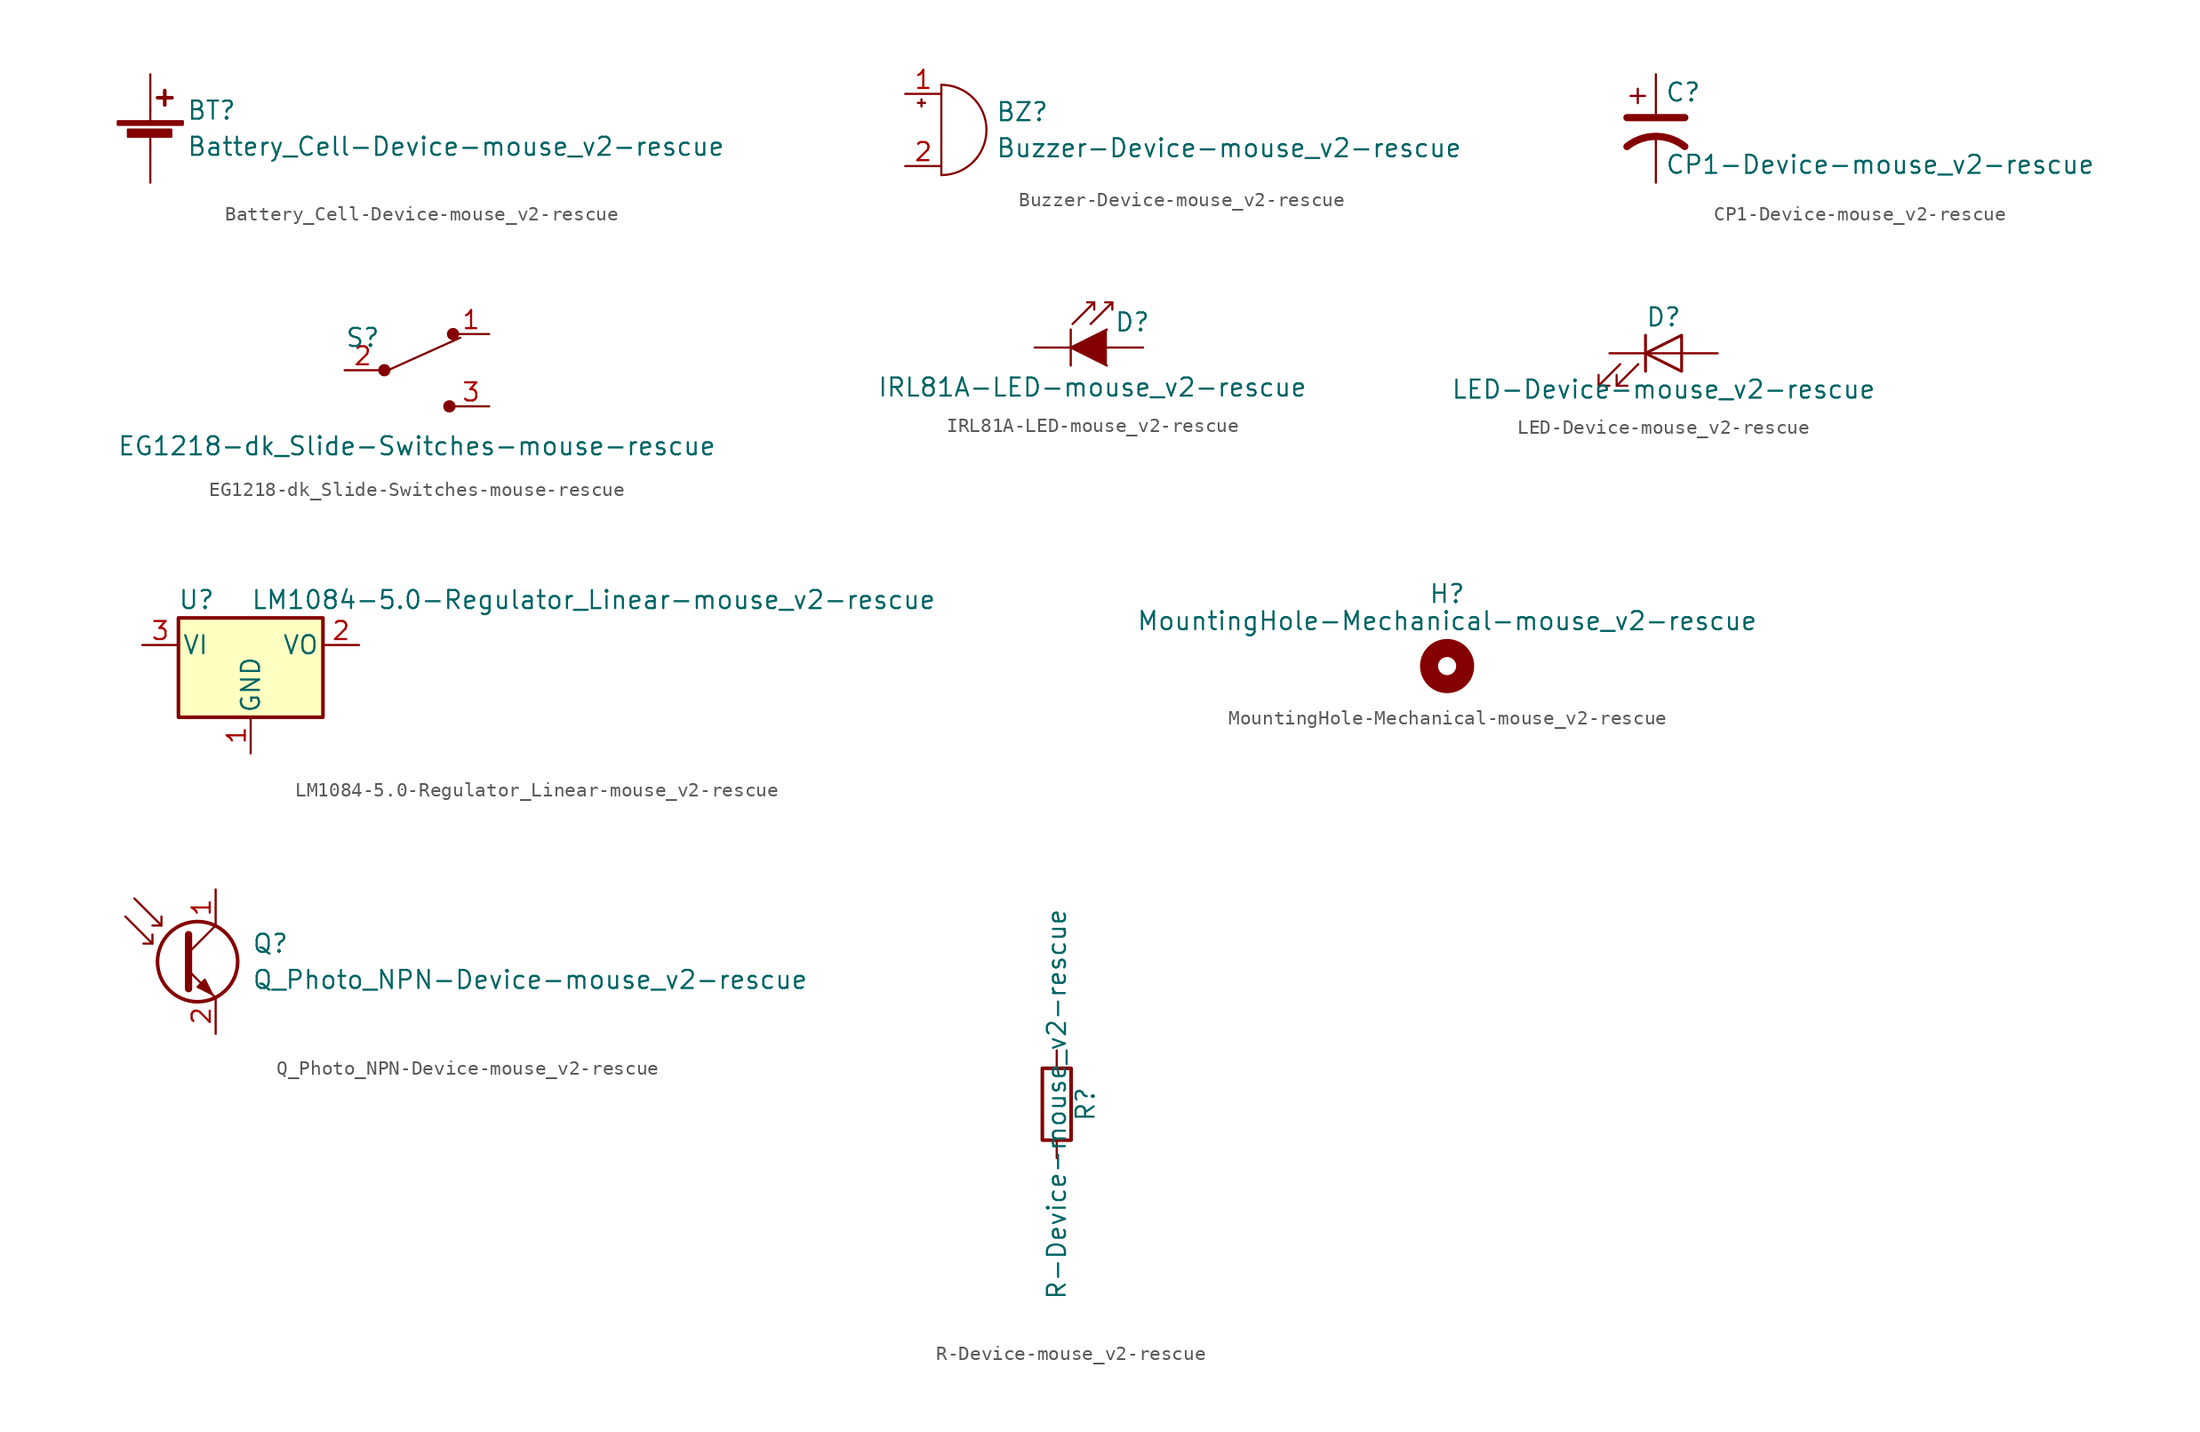
<source format=kicad_sym>
(kicad_symbol_lib
  (version 20220914)
  (generator kicad_symbol_editor)
  (symbol "Battery_Cell-Device-mouse_v2-rescue"
    (pin_numbers hide)
    (pin_names
      (offset 0) hide)
    (property "Reference" "BT"
      (at 2.54 2.54 0)
      (effects (font (size 1.27 1.27)) (justify left)))
    (property "Value" "Battery_Cell-Device-mouse_v2-rescue"
      (at 2.54 0 0)
      (effects (font (size 1.27 1.27)) (justify left)))
    (symbol "Battery_Cell-Device-mouse_v2-rescue_0_1"
      (rectangle (start -2.286 1.778) (end 2.286 1.524) (stroke (width 0) (type solid)) (fill (type outline)))
      (rectangle (start -1.575 1.194) (end 1.473 0.686) (stroke (width 0) (type solid)) (fill (type outline)))
      (polyline (pts (xy 0 0.762) (xy 0 0)) (stroke (width 0) (type solid)) (fill (type none)))
      (polyline (pts (xy 0 1.778) (xy 0 2.54)) (stroke (width 0) (type solid)) (fill (type none)))
      (polyline (pts (xy 0.508 3.429) (xy 1.524 3.429)) (stroke (width 0.254) (type solid)) (fill (type none)))
      (polyline (pts (xy 1.016 3.937) (xy 1.016 2.921)) (stroke (width 0.254) (type solid)) (fill (type none))))
    (symbol "Battery_Cell-Device-mouse_v2-rescue_1_1"
      (pin passive line (at 0 5.08 270) (length 2.54) (name "+" (effects (font (size 1.27 1.27)))) (number "1" (effects (font (size 1.27 1.27)))))
      (pin passive line (at 0 -2.54 90) (length 2.54) (name "-" (effects (font (size 1.27 1.27)))) (number "2" (effects (font (size 1.27 1.27)))))))
  (symbol "Buzzer-Device-mouse_v2-rescue"
    (pin_names
      (offset 0.025) hide)
    (property "Reference" "BZ"
      (at 3.81 1.27 0)
      (effects (font (size 1.27 1.27)) (justify left)))
    (property "Value" "Buzzer-Device-mouse_v2-rescue"
      (at 3.81 -1.27 0)
      (effects (font (size 1.27 1.27)) (justify left)))
    (symbol "Buzzer-Device-mouse_v2-rescue_0_1"
      (arc (start 0 -3.175) (mid 3.1612 0) (end 0 3.175) (stroke (width 0) (type solid)) (fill (type none)))
      (polyline (pts (xy -1.651 1.905) (xy -1.143 1.905)) (stroke (width 0) (type solid)) (fill (type none)))
      (polyline (pts (xy -1.397 2.159) (xy -1.397 1.651)) (stroke (width 0) (type solid)) (fill (type none)))
      (polyline (pts (xy 0 3.175) (xy 0 -3.175)) (stroke (width 0) (type solid)) (fill (type none))))
    (symbol "Buzzer-Device-mouse_v2-rescue_1_1"
      (pin passive line (at -2.54 2.54 0) (length 2.54) (name "-" (effects (font (size 1.27 1.27)))) (number "1" (effects (font (size 1.27 1.27)))))
      (pin passive line (at -2.54 -2.54 0) (length 2.54) (name "+" (effects (font (size 1.27 1.27)))) (number "2" (effects (font (size 1.27 1.27)))))))
  (symbol "CP1-Device-mouse_v2-rescue"
    (pin_numbers hide)
    (pin_names
      (offset 0.254) hide)
    (property "Reference" "C"
      (at 0.635 2.54 0)
      (effects (font (size 1.27 1.27)) (justify left)))
    (property "Value" "CP1-Device-mouse_v2-rescue"
      (at 0.635 -2.54 0)
      (effects (font (size 1.27 1.27)) (justify left)))
    (symbol "CP1-Device-mouse_v2-rescue_0_1"
      (polyline (pts (xy -2.032 0.762) (xy 2.032 0.762)) (stroke (width 0.508) (type solid)) (fill (type none)))
      (polyline (pts (xy -1.778 2.286) (xy -0.762 2.286)) (stroke (width 0) (type solid)) (fill (type none)))
      (polyline (pts (xy -1.27 1.778) (xy -1.27 2.794)) (stroke (width 0) (type solid)) (fill (type none)))
      (arc (start 2.032 -1.27) (mid 0 -0.5572) (end -2.032 -1.27) (stroke (width 0.508) (type solid)) (fill (type none))))
    (symbol "CP1-Device-mouse_v2-rescue_1_1"
      (pin passive line (at 0 3.81 270) (length 2.794) (name "~" (effects (font (size 1.27 1.27)))) (number "1" (effects (font (size 1.27 1.27)))))
      (pin passive line (at 0 -3.81 90) (length 3.302) (name "~" (effects (font (size 1.27 1.27)))) (number "2" (effects (font (size 1.27 1.27)))))))
  (symbol "EG1218-dk_Slide-Switches-mouse-rescue"
    (pin_names
      (offset 0))
    (property "Reference" "S"
      (at -3.81 2.286 0)
      (effects (font (size 1.27 1.27))))
    (property "Value" "EG1218-dk_Slide-Switches-mouse-rescue"
      (at 0 -5.334 0)
      (effects (font (size 1.27 1.27))))
    (symbol "EG1218-dk_Slide-Switches-mouse-rescue_0_1"
      (circle (center -2.286 0) (radius 0.356) (stroke (width 0) (type solid)) (fill (type outline)))
      (polyline (pts (xy -2.032 0) (xy 3.048 2.286)) (stroke (width 0) (type solid)) (fill (type none)))
      (circle (center 2.286 -2.54) (radius 0.356) (stroke (width 0) (type solid)) (fill (type outline)))
      (circle (center 2.54 2.54) (radius 0.356) (stroke (width 0) (type solid)) (fill (type outline))))
    (symbol "EG1218-dk_Slide-Switches-mouse-rescue_1_1"
      (pin passive line (at 5.08 2.54 180) (length 2.54) (name "~" (effects (font (size 1.27 1.27)))) (number "1" (effects (font (size 1.27 1.27)))))
      (pin passive line (at -5.08 0 0) (length 2.54) (name "~" (effects (font (size 1.27 1.27)))) (number "2" (effects (font (size 1.27 1.27)))))
      (pin passive line (at 5.08 -2.54 180) (length 2.54) (name "~" (effects (font (size 1.27 1.27)))) (number "3" (effects (font (size 1.27 1.27)))))))
  (symbol "IRL81A-LED-mouse_v2-rescue"
    (pin_numbers hide)
    (pin_names
      (offset 1.016) hide)
    (property "Reference" "D"
      (at 0.508 1.778 0)
      (effects (font (size 1.27 1.27)) (justify left)))
    (property "Value" "IRL81A-LED-mouse_v2-rescue"
      (at -1.016 -2.794 0)
      (effects (font (size 1.27 1.27))))
    (symbol "IRL81A-LED-mouse_v2-rescue_0_1"
      (polyline (pts (xy -2.54 1.27) (xy -2.54 -1.27)) (stroke (width 0.152) (type solid)) (fill (type none)))
      (polyline (pts (xy 0.381 3.175) (xy -0.127 3.175)) (stroke (width 0) (type solid)) (fill (type none)))
      (polyline (pts (xy -1.143 1.651) (xy 0.381 3.175) (xy 0.381 2.667)) (stroke (width 0) (type solid)) (fill (type none)))
      (polyline (pts (xy 0 1.27) (xy -2.54 0) (xy 0 -1.27)) (stroke (width 0) (type solid)) (fill (type outline)))
      (polyline (pts (xy -2.413 1.651) (xy -0.889 3.175) (xy -0.889 2.667) (xy -0.889 3.175) (xy -1.397 3.175)) (stroke (width 0) (type solid)) (fill (type none))))
    (symbol "IRL81A-LED-mouse_v2-rescue_1_1"
      (pin passive line (at -5.08 0 0) (length 2.54) (name "K" (effects (font (size 1.27 1.27)))) (number "1" (effects (font (size 1.27 1.27)))))
      (pin passive line (at 2.54 0 180) (length 2.54) (name "A" (effects (font (size 1.27 1.27)))) (number "2" (effects (font (size 1.27 1.27)))))))
  (symbol "LED-Device-mouse_v2-rescue"
    (pin_numbers hide)
    (pin_names
      (offset 1.016) hide)
    (property "Reference" "D"
      (at 0 2.54 0)
      (effects (font (size 1.27 1.27))))
    (property "Value" "LED-Device-mouse_v2-rescue"
      (at 0 -2.54 0)
      (effects (font (size 1.27 1.27))))
    (symbol "LED-Device-mouse_v2-rescue_0_1"
      (polyline (pts (xy -1.27 -1.27) (xy -1.27 1.27)) (stroke (width 0.203) (type solid)) (fill (type none)))
      (polyline (pts (xy -1.27 0) (xy 1.27 0)) (stroke (width 0) (type solid)) (fill (type none)))
      (polyline (pts (xy 1.27 -1.27) (xy 1.27 1.27) (xy -1.27 0) (xy 1.27 -1.27)) (stroke (width 0.203) (type solid)) (fill (type none)))
      (polyline (pts (xy -3.048 -0.762) (xy -4.572 -2.286) (xy -3.81 -2.286) (xy -4.572 -2.286) (xy -4.572 -1.524)) (stroke (width 0) (type solid)) (fill (type none)))
      (polyline (pts (xy -1.778 -0.762) (xy -3.302 -2.286) (xy -2.54 -2.286) (xy -3.302 -2.286) (xy -3.302 -1.524)) (stroke (width 0) (type solid)) (fill (type none))))
    (symbol "LED-Device-mouse_v2-rescue_1_1"
      (pin passive line (at -3.81 0 0) (length 2.54) (name "K" (effects (font (size 1.27 1.27)))) (number "1" (effects (font (size 1.27 1.27)))))
      (pin passive line (at 3.81 0 180) (length 2.54) (name "A" (effects (font (size 1.27 1.27)))) (number "2" (effects (font (size 1.27 1.27)))))))
  (symbol "LM1084-5.0-Regulator_Linear-mouse_v2-rescue"
    (pin_names
      (offset 0.254))
    (property "Reference" "U"
      (at -3.81 3.175 0)
      (effects (font (size 1.27 1.27))))
    (property "Value" "LM1084-5.0-Regulator_Linear-mouse_v2-rescue"
      (at 0 3.175 0)
      (effects (font (size 1.27 1.27)) (justify left)))
    (symbol "LM1084-5.0-Regulator_Linear-mouse_v2-rescue_0_1"
      (rectangle (start -5.08 1.905) (end 5.08 -5.08) (stroke (width 0.254) (type solid)) (fill (type background))))
    (symbol "LM1084-5.0-Regulator_Linear-mouse_v2-rescue_1_1"
      (pin power_in line (at 0 -7.62 90) (length 2.54) (name "GND" (effects (font (size 1.27 1.27)))) (number "1" (effects (font (size 1.27 1.27)))))
      (pin power_out line (at 7.62 0 180) (length 2.54) (name "VO" (effects (font (size 1.27 1.27)))) (number "2" (effects (font (size 1.27 1.27)))))
      (pin power_in line (at -7.62 0 0) (length 2.54) (name "VI" (effects (font (size 1.27 1.27)))) (number "3" (effects (font (size 1.27 1.27)))))))
  (symbol "MountingHole-Mechanical-mouse_v2-rescue"
    (pin_names
      (offset 1.016))
    (property "Reference" "H"
      (at 0 5.08 0)
      (effects (font (size 1.27 1.27))))
    (property "Value" "MountingHole-Mechanical-mouse_v2-rescue"
      (at 0 3.175 0)
      (effects (font (size 1.27 1.27))))
    (symbol "MountingHole-Mechanical-mouse_v2-rescue_0_1"
      (circle (center 0 0) (radius 1.27) (stroke (width 1.27) (type solid)) (fill (type none)))))
  (symbol "Q_Photo_NPN-Device-mouse_v2-rescue"
    (pin_names
      (offset 0) hide)
    (property "Reference" "Q"
      (at 5.08 1.27 0)
      (effects (font (size 1.27 1.27)) (justify left)))
    (property "Value" "Q_Photo_NPN-Device-mouse_v2-rescue"
      (at 5.08 -1.27 0)
      (effects (font (size 1.27 1.27)) (justify left)))
    (symbol "Q_Photo_NPN-Device-mouse_v2-rescue_0_1"
      (polyline (pts (xy -1.905 1.27) (xy -2.54 1.27)) (stroke (width 0) (type solid)) (fill (type none)))
      (polyline (pts (xy -1.27 2.54) (xy -1.905 2.54)) (stroke (width 0) (type solid)) (fill (type none)))
      (polyline (pts (xy 0.635 0.635) (xy 2.54 2.54)) (stroke (width 0) (type solid)) (fill (type none)))
      (polyline (pts (xy -3.81 3.175) (xy -1.905 1.27) (xy -1.905 1.905)) (stroke (width 0) (type solid)) (fill (type none)))
      (polyline (pts (xy -3.175 4.445) (xy -1.27 2.54) (xy -1.27 3.175)) (stroke (width 0) (type solid)) (fill (type none)))
      (polyline (pts (xy 0.635 -0.635) (xy 2.54 -2.54) (xy 2.54 -2.54)) (stroke (width 0) (type solid)) (fill (type none)))
      (polyline (pts (xy 0.635 1.905) (xy 0.635 -1.905) (xy 0.635 -1.905)) (stroke (width 0.508) (type solid)) (fill (type none)))
      (polyline (pts (xy 1.27 -1.778) (xy 1.778 -1.27) (xy 2.286 -2.286) (xy 1.27 -1.778) (xy 1.27 -1.778)) (stroke (width 0) (type solid)) (fill (type outline)))
      (circle (center 1.27 0) (radius 2.819) (stroke (width 0.254) (type solid)) (fill (type none))))
    (symbol "Q_Photo_NPN-Device-mouse_v2-rescue_1_1"
      (pin passive line (at 2.54 5.08 270) (length 2.54) (name "C" (effects (font (size 1.27 1.27)))) (number "1" (effects (font (size 1.27 1.27)))))
      (pin passive line (at 2.54 -5.08 90) (length 2.54) (name "E" (effects (font (size 1.27 1.27)))) (number "2" (effects (font (size 1.27 1.27)))))))
  (symbol "R-Device-mouse_v2-rescue"
    (pin_numbers hide)
    (pin_names
      (offset 0))
    (property "Reference" "R"
      (at 2.032 0 90)
      (effects (font (size 1.27 1.27))))
    (property "Value" "R-Device-mouse_v2-rescue"
      (at 0 0 90)
      (effects (font (size 1.27 1.27))))
    (symbol "R-Device-mouse_v2-rescue_0_1"
      (rectangle (start -1.016 -2.54) (end 1.016 2.54) (stroke (width 0.254) (type solid)) (fill (type none))))
    (symbol "R-Device-mouse_v2-rescue_1_1"
      (pin passive line (at 0 3.81 270) (length 1.27) (name "~" (effects (font (size 1.27 1.27)))) (number "1" (effects (font (size 1.27 1.27)))))
      (pin passive line (at 0 -3.81 90) (length 1.27) (name "~" (effects (font (size 1.27 1.27)))) (number "2" (effects (font (size 1.27 1.27))))))))
</source>
